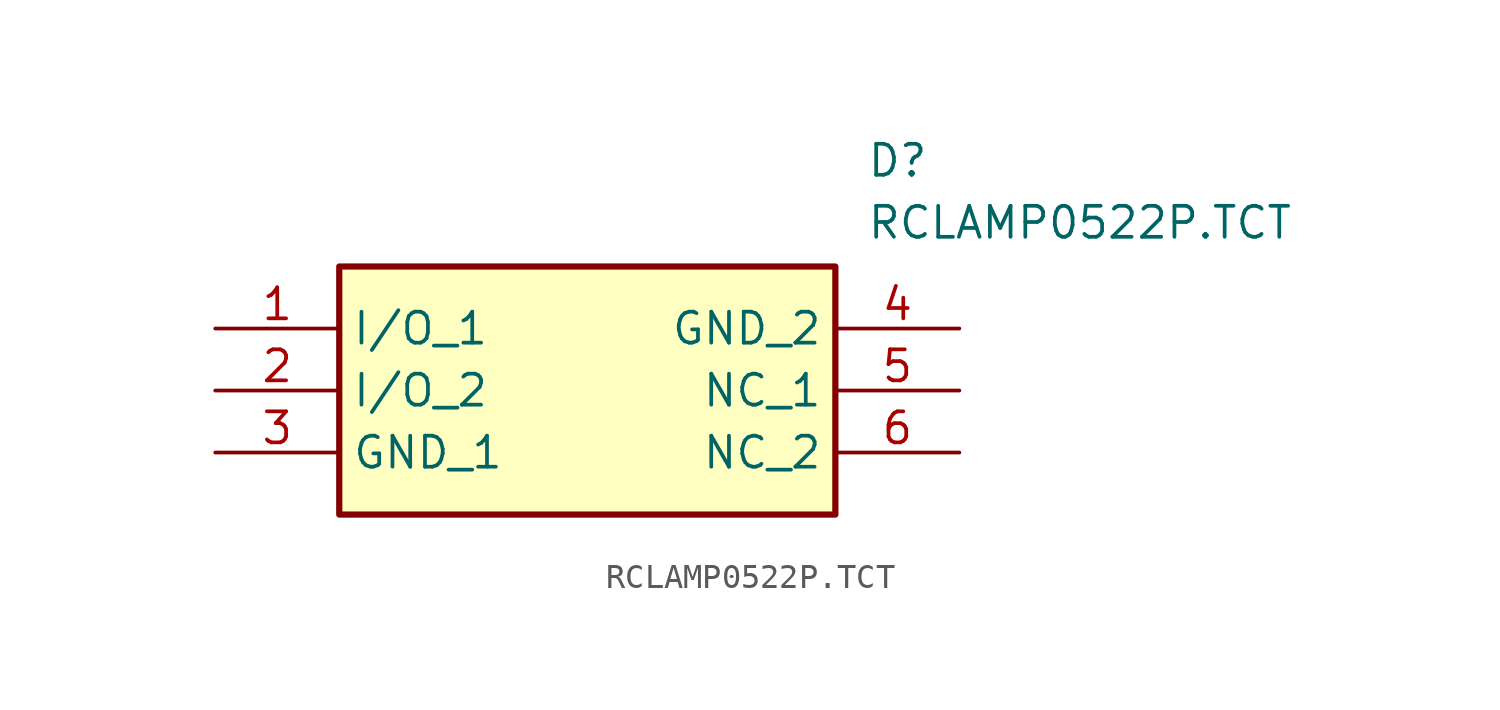
<source format=kicad_sym>
(kicad_symbol_lib
  (version 20241209)
  (generator "kicad_symbol_editor")
  (generator_version "9.0")
  (symbol "RCLAMP0522P.TCT"
    (property "Reference" "D"
      (at 26.67 7.62 0)
      (effects (font (size 1.27 1.27)) (justify left top)))
    (property "Value" "RCLAMP0522P.TCT"
      (at 26.67 5.08 0)
      (effects (font (size 1.27 1.27)) (justify left top)))
    (symbol "RCLAMP0522P.TCT_1_1"
      (rectangle (start 5.08 2.54) (end 25.4 -7.62) (stroke (width 0.254) (type default)) (fill (type background)))
      (pin passive line (at 0 0 0) (length 5.08) (name "I/O_1" (effects (font (size 1.27 1.27)))) (number "1" (effects (font (size 1.27 1.27)))))
      (pin passive line (at 0 -2.54 0) (length 5.08) (name "I/O_2" (effects (font (size 1.27 1.27)))) (number "2" (effects (font (size 1.27 1.27)))))
      (pin passive line (at 0 -5.08 0) (length 5.08) (name "GND_1" (effects (font (size 1.27 1.27)))) (number "3" (effects (font (size 1.27 1.27)))))
      (pin passive line (at 30.48 0 180) (length 5.08) (name "GND_2" (effects (font (size 1.27 1.27)))) (number "4" (effects (font (size 1.27 1.27)))))
      (pin passive line (at 30.48 -2.54 180) (length 5.08) (name "NC_1" (effects (font (size 1.27 1.27)))) (number "5" (effects (font (size 1.27 1.27)))))
      (pin passive line (at 30.48 -5.08 180) (length 5.08) (name "NC_2" (effects (font (size 1.27 1.27)))) (number "6" (effects (font (size 1.27 1.27))))))))
</source>
